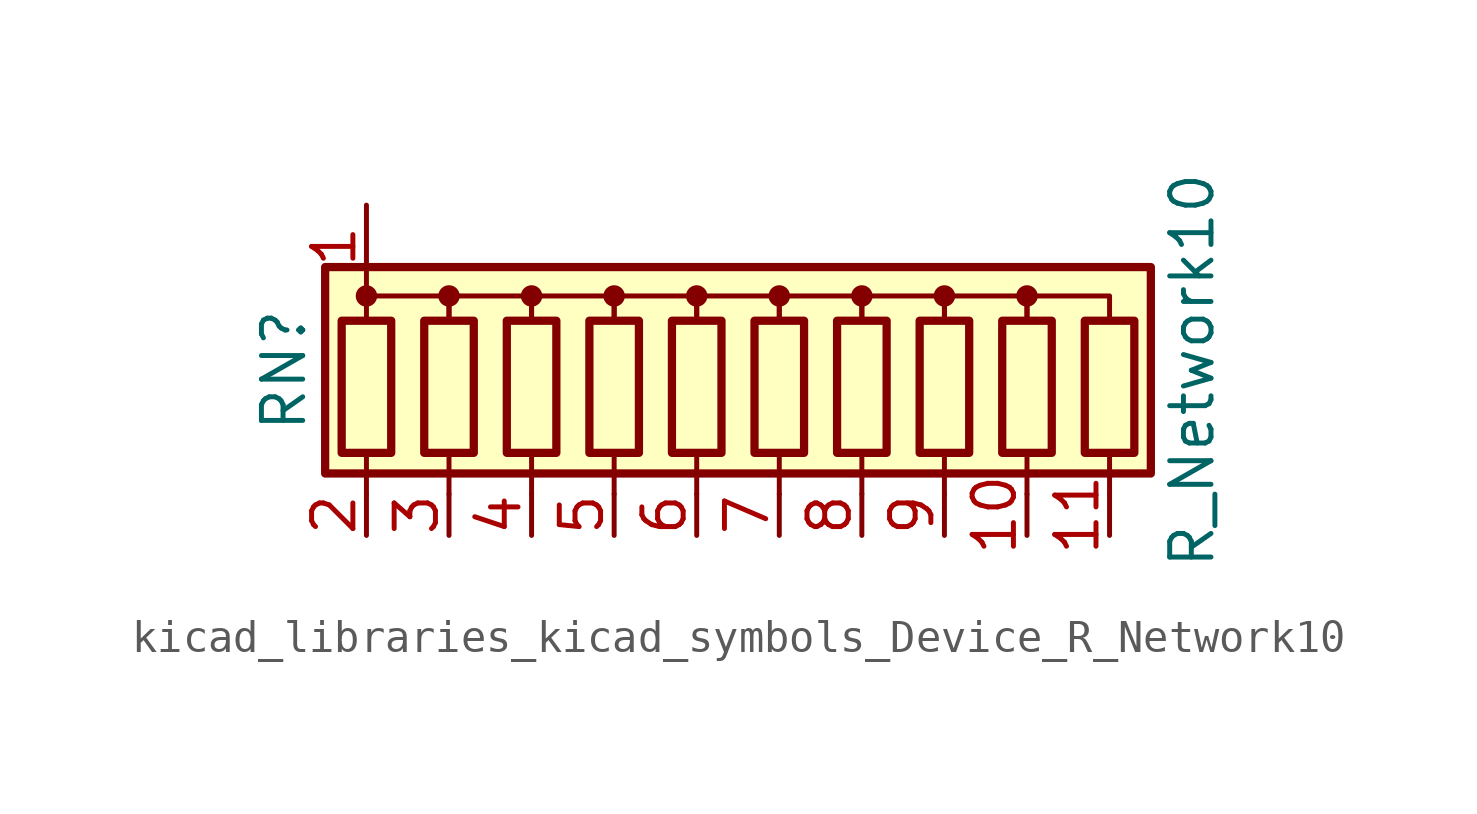
<source format=kicad_sym>
(kicad_symbol_lib
  (version 20220914)
  (generator kicad_symbol_editor)
  (symbol "kicad_libraries_kicad_symbols_Device_R_Network10"
    (pin_names
      (offset 0) hide)
    (property "Reference" "RN"
      (at -15.24 0 90)
      (effects (font (size 1.27 1.27))))
    (property "Value" "R_Network10"
      (at 12.7 0 90)
      (effects (font (size 1.27 1.27))))
    (symbol "kicad_libraries_kicad_symbols_Device_R_Network10_0_1"
      (rectangle (start -13.97 -3.175) (end 11.43 3.175) (stroke (width 0.254) (type default)) (fill (type background)))
      (rectangle (start -13.462 1.524) (end -11.938 -2.54) (stroke (width 0.254) (type default)) (fill (type none)))
      (circle (center -12.7 2.286) (radius 0.254) (stroke (width 0) (type default)) (fill (type outline)))
      (rectangle (start -10.922 1.524) (end -9.398 -2.54) (stroke (width 0.254) (type default)) (fill (type none)))
      (circle (center -10.16 2.286) (radius 0.254) (stroke (width 0) (type default)) (fill (type outline)))
      (rectangle (start -8.382 1.524) (end -6.858 -2.54) (stroke (width 0.254) (type default)) (fill (type none)))
      (circle (center -7.62 2.286) (radius 0.254) (stroke (width 0) (type default)) (fill (type outline)))
      (rectangle (start -5.842 1.524) (end -4.318 -2.54) (stroke (width 0.254) (type default)) (fill (type none)))
      (circle (center -5.08 2.286) (radius 0.254) (stroke (width 0) (type default)) (fill (type outline)))
      (rectangle (start -3.302 1.524) (end -1.778 -2.54) (stroke (width 0.254) (type default)) (fill (type none)))
      (circle (center -2.54 2.286) (radius 0.254) (stroke (width 0) (type default)) (fill (type outline)))
      (rectangle (start -0.762 1.524) (end 0.762 -2.54) (stroke (width 0.254) (type default)) (fill (type none)))
      (polyline (pts (xy -12.7 -2.54) (xy -12.7 -3.81)) (stroke (width 0) (type default)) (fill (type none)))
      (polyline (pts (xy -10.16 -2.54) (xy -10.16 -3.81)) (stroke (width 0) (type default)) (fill (type none)))
      (polyline (pts (xy -7.62 -2.54) (xy -7.62 -3.81)) (stroke (width 0) (type default)) (fill (type none)))
      (polyline (pts (xy -5.08 -2.54) (xy -5.08 -3.81)) (stroke (width 0) (type default)) (fill (type none)))
      (polyline (pts (xy -2.54 -2.54) (xy -2.54 -3.81)) (stroke (width 0) (type default)) (fill (type none)))
      (polyline (pts (xy 0 -2.54) (xy 0 -3.81)) (stroke (width 0) (type default)) (fill (type none)))
      (polyline (pts (xy 2.54 -2.54) (xy 2.54 -3.81)) (stroke (width 0) (type default)) (fill (type none)))
      (polyline (pts (xy 5.08 -2.54) (xy 5.08 -3.81)) (stroke (width 0) (type default)) (fill (type none)))
      (polyline (pts (xy 7.62 -2.54) (xy 7.62 -3.81)) (stroke (width 0) (type default)) (fill (type none)))
      (polyline (pts (xy 10.16 -2.54) (xy 10.16 -3.81)) (stroke (width 0) (type default)) (fill (type none)))
      (polyline (pts (xy -12.7 1.524) (xy -12.7 2.286) (xy -10.16 2.286) (xy -10.16 1.524)) (stroke (width 0) (type default)) (fill (type none)))
      (polyline (pts (xy -10.16 1.524) (xy -10.16 2.286) (xy -7.62 2.286) (xy -7.62 1.524)) (stroke (width 0) (type default)) (fill (type none)))
      (polyline (pts (xy -7.62 1.524) (xy -7.62 2.286) (xy -5.08 2.286) (xy -5.08 1.524)) (stroke (width 0) (type default)) (fill (type none)))
      (polyline (pts (xy -5.08 1.524) (xy -5.08 2.286) (xy -2.54 2.286) (xy -2.54 1.524)) (stroke (width 0) (type default)) (fill (type none)))
      (polyline (pts (xy -2.54 1.524) (xy -2.54 2.286) (xy 0 2.286) (xy 0 1.524)) (stroke (width 0) (type default)) (fill (type none)))
      (polyline (pts (xy 0 1.524) (xy 0 2.286) (xy 2.54 2.286) (xy 2.54 1.524)) (stroke (width 0) (type default)) (fill (type none)))
      (polyline (pts (xy 2.54 1.524) (xy 2.54 2.286) (xy 5.08 2.286) (xy 5.08 1.524)) (stroke (width 0) (type default)) (fill (type none)))
      (polyline (pts (xy 5.08 1.524) (xy 5.08 2.286) (xy 7.62 2.286) (xy 7.62 1.524)) (stroke (width 0) (type default)) (fill (type none)))
      (polyline (pts (xy 7.62 1.524) (xy 7.62 2.286) (xy 10.16 2.286) (xy 10.16 1.524)) (stroke (width 0) (type default)) (fill (type none)))
      (circle (center 0 2.286) (radius 0.254) (stroke (width 0) (type default)) (fill (type outline)))
      (rectangle (start 1.778 1.524) (end 3.302 -2.54) (stroke (width 0.254) (type default)) (fill (type none)))
      (circle (center 2.54 2.286) (radius 0.254) (stroke (width 0) (type default)) (fill (type outline)))
      (rectangle (start 4.318 1.524) (end 5.842 -2.54) (stroke (width 0.254) (type default)) (fill (type none)))
      (circle (center 5.08 2.286) (radius 0.254) (stroke (width 0) (type default)) (fill (type outline)))
      (rectangle (start 6.858 1.524) (end 8.382 -2.54) (stroke (width 0.254) (type default)) (fill (type none)))
      (circle (center 7.62 2.286) (radius 0.254) (stroke (width 0) (type default)) (fill (type outline)))
      (rectangle (start 9.398 1.524) (end 10.922 -2.54) (stroke (width 0.254) (type default)) (fill (type none))))
    (symbol "kicad_libraries_kicad_symbols_Device_R_Network10_1_1"
      (pin passive line (at -12.7 5.08 270) (length 2.54) (name "common" (effects (font (size 1.27 1.27)))) (number "1" (effects (font (size 1.27 1.27)))))
      (pin passive line (at 7.62 -5.08 90) (length 1.27) (name "R9" (effects (font (size 1.27 1.27)))) (number "10" (effects (font (size 1.27 1.27)))))
      (pin passive line (at 10.16 -5.08 90) (length 1.27) (name "R10" (effects (font (size 1.27 1.27)))) (number "11" (effects (font (size 1.27 1.27)))))
      (pin passive line (at -12.7 -5.08 90) (length 1.27) (name "R1" (effects (font (size 1.27 1.27)))) (number "2" (effects (font (size 1.27 1.27)))))
      (pin passive line (at -10.16 -5.08 90) (length 1.27) (name "R2" (effects (font (size 1.27 1.27)))) (number "3" (effects (font (size 1.27 1.27)))))
      (pin passive line (at -7.62 -5.08 90) (length 1.27) (name "R3" (effects (font (size 1.27 1.27)))) (number "4" (effects (font (size 1.27 1.27)))))
      (pin passive line (at -5.08 -5.08 90) (length 1.27) (name "R4" (effects (font (size 1.27 1.27)))) (number "5" (effects (font (size 1.27 1.27)))))
      (pin passive line (at -2.54 -5.08 90) (length 1.27) (name "R5" (effects (font (size 1.27 1.27)))) (number "6" (effects (font (size 1.27 1.27)))))
      (pin passive line (at 0 -5.08 90) (length 1.27) (name "R6" (effects (font (size 1.27 1.27)))) (number "7" (effects (font (size 1.27 1.27)))))
      (pin passive line (at 2.54 -5.08 90) (length 1.27) (name "R7" (effects (font (size 1.27 1.27)))) (number "8" (effects (font (size 1.27 1.27)))))
      (pin passive line (at 5.08 -5.08 90) (length 1.27) (name "R8" (effects (font (size 1.27 1.27)))) (number "9" (effects (font (size 1.27 1.27))))))))
</source>
